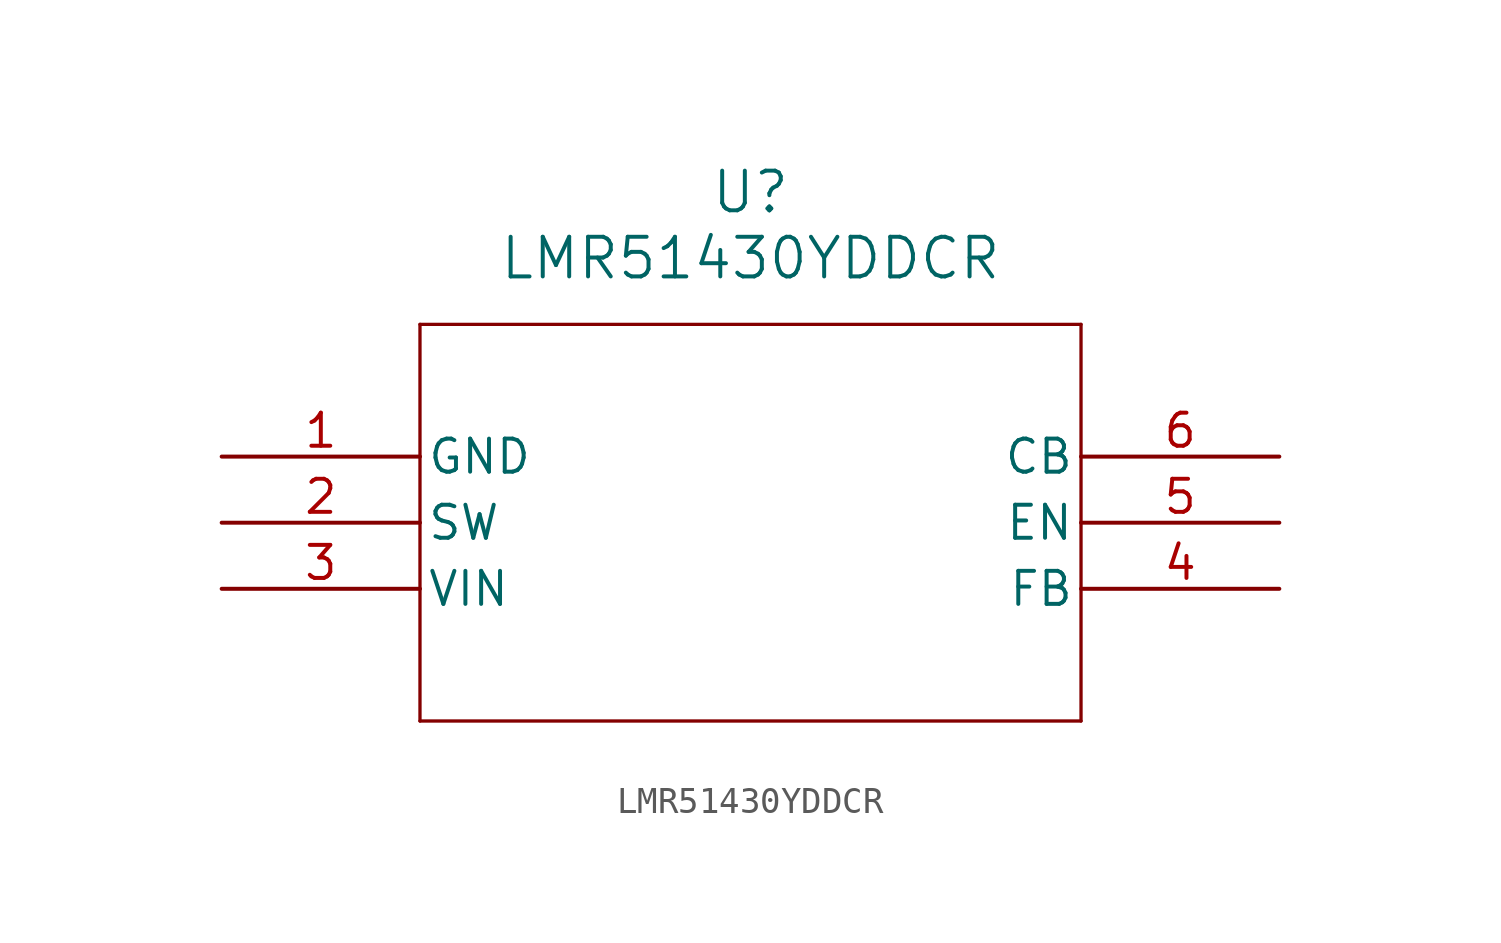
<source format=kicad_sym>
(kicad_symbol_lib
  (version 20211014)
  (generator kicad_symbol_editor)
  (symbol "LMR51430YDDCR"
    (pin_names
      (offset 0.254))
    (property "Reference" "U"
      (at 20.32 10.16 0)
      (effects (font (size 1.524 1.524))))
    (property "Value" "LMR51430YDDCR"
      (at 20.32 7.62 0)
      (effects (font (size 1.524 1.524))))
    (symbol "LMR51430YDDCR_0_1"
      (polyline (pts (xy 7.62 5.08) (xy 7.62 -10.16)) (stroke (width 0.127) (type default) (color 0 0 0 0)) (fill (type none)))
      (polyline (pts (xy 7.62 -10.16) (xy 33.02 -10.16)) (stroke (width 0.127) (type default) (color 0 0 0 0)) (fill (type none)))
      (polyline (pts (xy 33.02 -10.16) (xy 33.02 5.08)) (stroke (width 0.127) (type default) (color 0 0 0 0)) (fill (type none)))
      (polyline (pts (xy 33.02 5.08) (xy 7.62 5.08)) (stroke (width 0.127) (type default) (color 0 0 0 0)) (fill (type none)))
      (pin power_out line (at 0 0 0) (length 7.62) (name "GND" (effects (font (size 1.27 1.27)))) (number "1" (effects (font (size 1.27 1.27)))))
      (pin power_in line (at 0 -2.54 0) (length 7.62) (name "SW" (effects (font (size 1.27 1.27)))) (number "2" (effects (font (size 1.27 1.27)))))
      (pin power_in line (at 0 -5.08 0) (length 7.62) (name "VIN" (effects (font (size 1.27 1.27)))) (number "3" (effects (font (size 1.27 1.27)))))
      (pin unspecified line (at 40.64 -5.08 180) (length 7.62) (name "FB" (effects (font (size 1.27 1.27)))) (number "4" (effects (font (size 1.27 1.27)))))
      (pin unspecified line (at 40.64 -2.54 180) (length 7.62) (name "EN" (effects (font (size 1.27 1.27)))) (number "5" (effects (font (size 1.27 1.27)))))
      (pin power_in line (at 40.64 0 180) (length 7.62) (name "CB" (effects (font (size 1.27 1.27)))) (number "6" (effects (font (size 1.27 1.27))))))))
</source>
